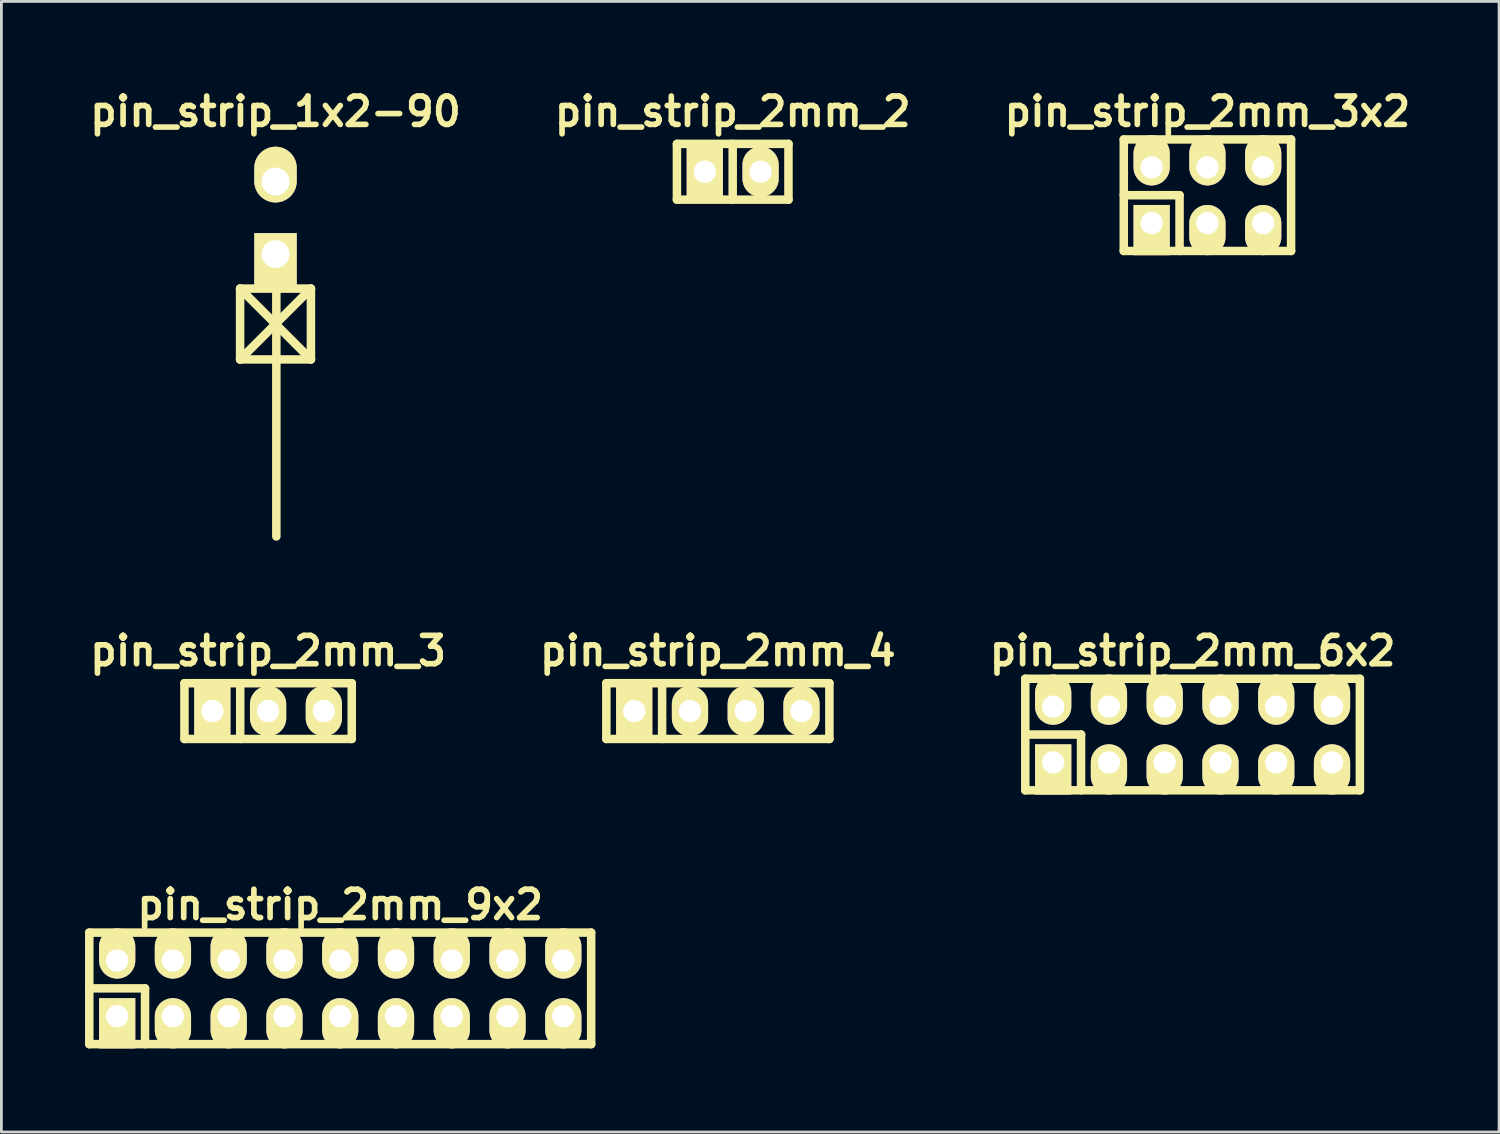
<source format=kicad_pcb>
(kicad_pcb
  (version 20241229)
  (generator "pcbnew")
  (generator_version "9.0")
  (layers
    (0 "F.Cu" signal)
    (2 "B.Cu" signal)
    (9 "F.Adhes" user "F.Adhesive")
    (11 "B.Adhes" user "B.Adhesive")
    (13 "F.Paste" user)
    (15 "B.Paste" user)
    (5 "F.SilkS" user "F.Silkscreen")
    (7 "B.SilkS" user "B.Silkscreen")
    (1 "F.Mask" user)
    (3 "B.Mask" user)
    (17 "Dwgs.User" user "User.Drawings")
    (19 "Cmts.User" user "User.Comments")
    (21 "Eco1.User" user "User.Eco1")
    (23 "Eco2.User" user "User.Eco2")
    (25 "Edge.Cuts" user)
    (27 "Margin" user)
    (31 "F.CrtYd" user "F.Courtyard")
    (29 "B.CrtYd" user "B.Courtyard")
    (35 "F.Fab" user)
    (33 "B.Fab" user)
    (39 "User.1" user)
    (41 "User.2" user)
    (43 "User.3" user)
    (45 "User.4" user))
  (footprint "pin_strip_2mm_9x2"
    (layer "F.Cu")
    (at 9.152 32.398)
    (property "Reference" "pin_strip_2mm_9x2" (at 0 -3 0) (layer "F.SilkS") (effects (font (size 1.016 1.016) (thickness 0.203))))
    (attr through_hole)
    (fp_line (start -9 -2) (end 9 -2) (stroke (width 0.305) (type solid)) (layer "F.SilkS"))
    (fp_line (start -9 0) (end -7 0) (stroke (width 0.305) (type solid)) (layer "F.SilkS"))
    (fp_line (start -9 2) (end -9 -2) (stroke (width 0.305) (type solid)) (layer "F.SilkS"))
    (fp_line (start -7 0) (end -7 2) (stroke (width 0.305) (type solid)) (layer "F.SilkS"))
    (fp_line (start 9 -2) (end 9 2) (stroke (width 0.305) (type solid)) (layer "F.SilkS"))
    (fp_line (start 9 2) (end -9 2) (stroke (width 0.305) (type solid)) (layer "F.SilkS"))
    (pad "1" thru_hole rect (at -8 1) (size 1.3 1.8) (drill 0.8 (offset 0 0.25)) (layers "*.Cu" "*.Mask" "F.SilkS"))
    (pad "2" thru_hole oval (at -8 -1) (size 1.3 1.8) (drill 0.8 (offset 0 -0.25)) (layers "*.Cu" "*.Mask" "F.SilkS"))
    (pad "3" thru_hole oval (at -6 1) (size 1.3 1.8) (drill 0.8 (offset 0 0.25)) (layers "*.Cu" "*.Mask" "F.SilkS"))
    (pad "4" thru_hole oval (at -6 -1) (size 1.3 1.8) (drill 0.8 (offset 0 -0.25)) (layers "*.Cu" "*.Mask" "F.SilkS"))
    (pad "5" thru_hole oval (at -4 1) (size 1.3 1.8) (drill 0.8 (offset 0 0.25)) (layers "*.Cu" "*.Mask" "F.SilkS"))
    (pad "6" thru_hole oval (at -4 -1) (size 1.3 1.8) (drill 0.8 (offset 0 -0.25)) (layers "*.Cu" "*.Mask" "F.SilkS"))
    (pad "7" thru_hole oval (at -2 1) (size 1.3 1.8) (drill 0.8 (offset 0 0.25)) (layers "*.Cu" "*.Mask" "F.SilkS"))
    (pad "8" thru_hole oval (at -2 -1) (size 1.3 1.8) (drill 0.8 (offset 0 -0.25)) (layers "*.Cu" "*.Mask" "F.SilkS"))
    (pad "9" thru_hole oval (at 0 1) (size 1.3 1.8) (drill 0.8 (offset 0 0.25)) (layers "*.Cu" "*.Mask" "F.SilkS"))
    (pad "10" thru_hole oval (at 0 -1) (size 1.3 1.8) (drill 0.8 (offset 0 -0.25)) (layers "*.Cu" "*.Mask" "F.SilkS"))
    (pad "11" thru_hole oval (at 2 1) (size 1.3 1.8) (drill 0.8 (offset 0 0.25)) (layers "*.Cu" "*.Mask" "F.SilkS"))
    (pad "12" thru_hole oval (at 2 -1) (size 1.3 1.8) (drill 0.8 (offset 0 -0.25)) (layers "*.Cu" "*.Mask" "F.SilkS"))
    (pad "13" thru_hole oval (at 4 1) (size 1.3 1.8) (drill 0.8 (offset 0 0.25)) (layers "*.Cu" "*.Mask" "F.SilkS"))
    (pad "14" thru_hole oval (at 4 -1) (size 1.3 1.8) (drill 0.8 (offset 0 -0.25)) (layers "*.Cu" "*.Mask" "F.SilkS"))
    (pad "15" thru_hole oval (at 6 1) (size 1.3 1.8) (drill 0.8 (offset 0 0.25)) (layers "*.Cu" "*.Mask" "F.SilkS"))
    (pad "16" thru_hole oval (at 6 -1) (size 1.3 1.8) (drill 0.8 (offset 0 -0.25)) (layers "*.Cu" "*.Mask" "F.SilkS"))
    (pad "17" thru_hole oval (at 8 1) (size 1.3 1.8) (drill 0.8 (offset 0 0.25)) (layers "*.Cu" "*.Mask" "F.SilkS"))
    (pad "18" thru_hole oval (at 8 -1) (size 1.3 1.8) (drill 0.8 (offset 0 -0.25)) (layers "*.Cu" "*.Mask" "F.SilkS")))
  (footprint "pin_strip_1x2-90"
    (layer "F.Cu")
    (at 6.831 4.761)
    (property "Reference" "pin_strip_1x2-90" (at 0 -3.81 0) (layer "F.SilkS") (effects (font (size 1.016 1.016) (thickness 0.203))))
    (attr through_hole)
    (fp_line (start -1.27 2.54) (end 1.27 2.54) (stroke (width 0.305) (type solid)) (layer "F.SilkS"))
    (fp_line (start -1.27 2.54) (end 1.27 5.08) (stroke (width 0.305) (type solid)) (layer "F.SilkS"))
    (fp_line (start -1.27 5.08) (end -1.27 2.54) (stroke (width 0.305) (type solid)) (layer "F.SilkS"))
    (fp_line (start -1.27 5.08) (end 1.27 2.54) (stroke (width 0.305) (type solid)) (layer "F.SilkS"))
    (fp_line (start 0.03 1.27) (end 0.03 11.43) (stroke (width 0.305) (type solid)) (layer "F.SilkS"))
    (fp_line (start 1.27 2.54) (end 1.27 5.08) (stroke (width 0.305) (type solid)) (layer "F.SilkS"))
    (fp_line (start 1.27 5.08) (end -1.27 5.08) (stroke (width 0.305) (type solid)) (layer "F.SilkS"))
    (pad "1" thru_hole rect (at 0 1.3) (size 1.524 1.999) (drill 1.001 (offset 0 0.249)) (layers "*.Cu" "*.Mask" "F.SilkS"))
    (pad "2" thru_hole oval (at 0 -1.3) (size 1.524 1.999) (drill 1.001 (offset 0 -0.249)) (layers "*.Cu" "*.Mask" "F.SilkS")))
  (footprint "pin_strip_2mm_2"
    (layer "F.Cu")
    (at 23.228 3.11)
    (property "Reference" "pin_strip_2mm_2" (at 0 -2.159 0) (layer "F.SilkS") (effects (font (size 1.016 1.016) (thickness 0.203))))
    (attr through_hole)
    (fp_line (start -2 -1) (end 2 -1) (stroke (width 0.305) (type solid)) (layer "F.SilkS"))
    (fp_line (start -2 1) (end -2 -1) (stroke (width 0.305) (type solid)) (layer "F.SilkS"))
    (fp_line (start 0 -1) (end 0 1) (stroke (width 0.305) (type solid)) (layer "F.SilkS"))
    (fp_line (start 2 -1) (end 2 1) (stroke (width 0.305) (type solid)) (layer "F.SilkS"))
    (fp_line (start 2 1) (end -2 1) (stroke (width 0.305) (type solid)) (layer "F.SilkS"))
    (pad "1" thru_hole rect (at -1 0) (size 1.3 1.8) (drill 0.8) (layers "*.Cu" "*.Mask" "F.SilkS"))
    (pad "2" thru_hole oval (at 1 0) (size 1.3 1.8) (drill 0.8) (layers "*.Cu" "*.Mask" "F.SilkS")))
  (footprint "pin_strip_2mm_6x2"
    (layer "F.Cu")
    (at 39.722 23.294)
    (property "Reference" "pin_strip_2mm_6x2" (at 0 -3 0) (layer "F.SilkS") (effects (font (size 1.016 1.016) (thickness 0.203))))
    (attr through_hole)
    (fp_line (start -6 -2) (end 6 -2) (stroke (width 0.305) (type solid)) (layer "F.SilkS"))
    (fp_line (start -6 0) (end -4 0) (stroke (width 0.305) (type solid)) (layer "F.SilkS"))
    (fp_line (start -6 2) (end -6 -2) (stroke (width 0.305) (type solid)) (layer "F.SilkS"))
    (fp_line (start -4 0) (end -4 2) (stroke (width 0.305) (type solid)) (layer "F.SilkS"))
    (fp_line (start 6 -2) (end 6 2) (stroke (width 0.305) (type solid)) (layer "F.SilkS"))
    (fp_line (start 6 2) (end -6 2) (stroke (width 0.305) (type solid)) (layer "F.SilkS"))
    (pad "1" thru_hole rect (at -5 1) (size 1.3 1.8) (drill 0.8 (offset 0 0.25)) (layers "*.Cu" "*.Mask" "F.SilkS"))
    (pad "2" thru_hole oval (at -5 -1) (size 1.3 1.8) (drill 0.8 (offset 0 -0.25)) (layers "*.Cu" "*.Mask" "F.SilkS"))
    (pad "3" thru_hole oval (at -3 1) (size 1.3 1.8) (drill 0.8 (offset 0 0.25)) (layers "*.Cu" "*.Mask" "F.SilkS"))
    (pad "4" thru_hole oval (at -3 -1) (size 1.3 1.8) (drill 0.8 (offset 0 -0.25)) (layers "*.Cu" "*.Mask" "F.SilkS"))
    (pad "5" thru_hole oval (at -1 1) (size 1.3 1.8) (drill 0.8 (offset 0 0.25)) (layers "*.Cu" "*.Mask" "F.SilkS"))
    (pad "6" thru_hole oval (at -1 -1) (size 1.3 1.8) (drill 0.8 (offset 0 -0.25)) (layers "*.Cu" "*.Mask" "F.SilkS"))
    (pad "7" thru_hole oval (at 1 1) (size 1.3 1.8) (drill 0.8 (offset 0 0.25)) (layers "*.Cu" "*.Mask" "F.SilkS"))
    (pad "8" thru_hole oval (at 1 -1) (size 1.3 1.8) (drill 0.8 (offset 0 -0.25)) (layers "*.Cu" "*.Mask" "F.SilkS"))
    (pad "9" thru_hole oval (at 3 1) (size 1.3 1.8) (drill 0.8 (offset 0 0.25)) (layers "*.Cu" "*.Mask" "F.SilkS"))
    (pad "10" thru_hole oval (at 3 -1) (size 1.3 1.8) (drill 0.8 (offset 0 -0.25)) (layers "*.Cu" "*.Mask" "F.SilkS"))
    (pad "11" thru_hole oval (at 5 1) (size 1.3 1.8) (drill 0.8 (offset 0 0.25)) (layers "*.Cu" "*.Mask" "F.SilkS"))
    (pad "12" thru_hole oval (at 5 -1) (size 1.3 1.8) (drill 0.8 (offset 0 -0.25)) (layers "*.Cu" "*.Mask" "F.SilkS")))
  (footprint "pin_strip_2mm_3x2"
    (layer "F.Cu")
    (at 40.254 3.951)
    (property "Reference" "pin_strip_2mm_3x2" (at 0 -3 0) (layer "F.SilkS") (effects (font (size 1.016 1.016) (thickness 0.203))))
    (attr through_hole)
    (fp_line (start -3 -2) (end 3 -2) (stroke (width 0.305) (type solid)) (layer "F.SilkS"))
    (fp_line (start -3 0) (end -1 0) (stroke (width 0.305) (type solid)) (layer "F.SilkS"))
    (fp_line (start -3 2) (end -3 -2) (stroke (width 0.305) (type solid)) (layer "F.SilkS"))
    (fp_line (start -1 0) (end -1 2) (stroke (width 0.305) (type solid)) (layer "F.SilkS"))
    (fp_line (start 3 -2) (end 3 2) (stroke (width 0.305) (type solid)) (layer "F.SilkS"))
    (fp_line (start 3 2) (end -3 2) (stroke (width 0.305) (type solid)) (layer "F.SilkS"))
    (pad "1" thru_hole rect (at -2 1) (size 1.3 1.8) (drill 0.8 (offset 0 0.25)) (layers "*.Cu" "*.Mask" "F.SilkS"))
    (pad "2" thru_hole oval (at -2 -1) (size 1.3 1.8) (drill 0.8 (offset 0 -0.25)) (layers "*.Cu" "*.Mask" "F.SilkS"))
    (pad "3" thru_hole oval (at 0 1) (size 1.3 1.8) (drill 0.8 (offset 0 0.25)) (layers "*.Cu" "*.Mask" "F.SilkS"))
    (pad "4" thru_hole oval (at 0 -1) (size 1.3 1.8) (drill 0.8 (offset 0 -0.25)) (layers "*.Cu" "*.Mask" "F.SilkS"))
    (pad "5" thru_hole oval (at 2 1) (size 1.3 1.8) (drill 0.8 (offset 0 0.25)) (layers "*.Cu" "*.Mask" "F.SilkS"))
    (pad "6" thru_hole oval (at 2 -1) (size 1.3 1.8) (drill 0.8 (offset 0 -0.25)) (layers "*.Cu" "*.Mask" "F.SilkS")))
  (footprint "pin_strip_2mm_4"
    (layer "F.Cu")
    (at 22.696 22.453)
    (property "Reference" "pin_strip_2mm_4" (at 0 -2.159 0) (layer "F.SilkS") (effects (font (size 1.016 1.016) (thickness 0.203))))
    (attr through_hole)
    (fp_line (start -4 -1) (end 4 -1) (stroke (width 0.305) (type solid)) (layer "F.SilkS"))
    (fp_line (start -4 1) (end -4 -1) (stroke (width 0.305) (type solid)) (layer "F.SilkS"))
    (fp_line (start -2 -1) (end -2 1) (stroke (width 0.305) (type solid)) (layer "F.SilkS"))
    (fp_line (start 4 -1) (end 4 1) (stroke (width 0.305) (type solid)) (layer "F.SilkS"))
    (fp_line (start 4 1) (end -4 1) (stroke (width 0.305) (type solid)) (layer "F.SilkS"))
    (pad "1" thru_hole rect (at -3 0) (size 1.3 1.8) (drill 0.8) (layers "*.Cu" "*.Mask" "F.SilkS"))
    (pad "2" thru_hole oval (at -1 0) (size 1.3 1.8) (drill 0.8) (layers "*.Cu" "*.Mask" "F.SilkS"))
    (pad "3" thru_hole oval (at 1 0) (size 1.3 1.8) (drill 0.8) (layers "*.Cu" "*.Mask" "F.SilkS"))
    (pad "4" thru_hole oval (at 3 0) (size 1.3 1.8) (drill 0.8) (layers "*.Cu" "*.Mask" "F.SilkS")))
  (footprint "pin_strip_2mm_3"
    (layer "F.Cu")
    (at 6.565 22.453)
    (property "Reference" "pin_strip_2mm_3" (at 0 -2.159 0) (layer "F.SilkS") (effects (font (size 1.016 1.016) (thickness 0.203))))
    (attr through_hole)
    (fp_line (start -3 -1) (end 3 -1) (stroke (width 0.305) (type solid)) (layer "F.SilkS"))
    (fp_line (start -3 1) (end -3 -1) (stroke (width 0.305) (type solid)) (layer "F.SilkS"))
    (fp_line (start -1 -1) (end -1 1) (stroke (width 0.305) (type solid)) (layer "F.SilkS"))
    (fp_line (start 3 -1) (end 3 1) (stroke (width 0.305) (type solid)) (layer "F.SilkS"))
    (fp_line (start 3 1) (end -3 1) (stroke (width 0.305) (type solid)) (layer "F.SilkS"))
    (pad "1" thru_hole rect (at -2 0) (size 1.3 1.8) (drill 0.8) (layers "*.Cu" "*.Mask" "F.SilkS"))
    (pad "2" thru_hole oval (at 0 0) (size 1.3 1.8) (drill 0.8) (layers "*.Cu" "*.Mask" "F.SilkS"))
    (pad "3" thru_hole oval (at 2 0) (size 1.3 1.8) (drill 0.8) (layers "*.Cu" "*.Mask" "F.SilkS")))
  (gr_rect
    (start -3 -3)
    (end 50.714 37.55)
    (stroke (width 0.1) (type default))
    (fill no)
    (layer "Edge.Cuts")))
</source>
